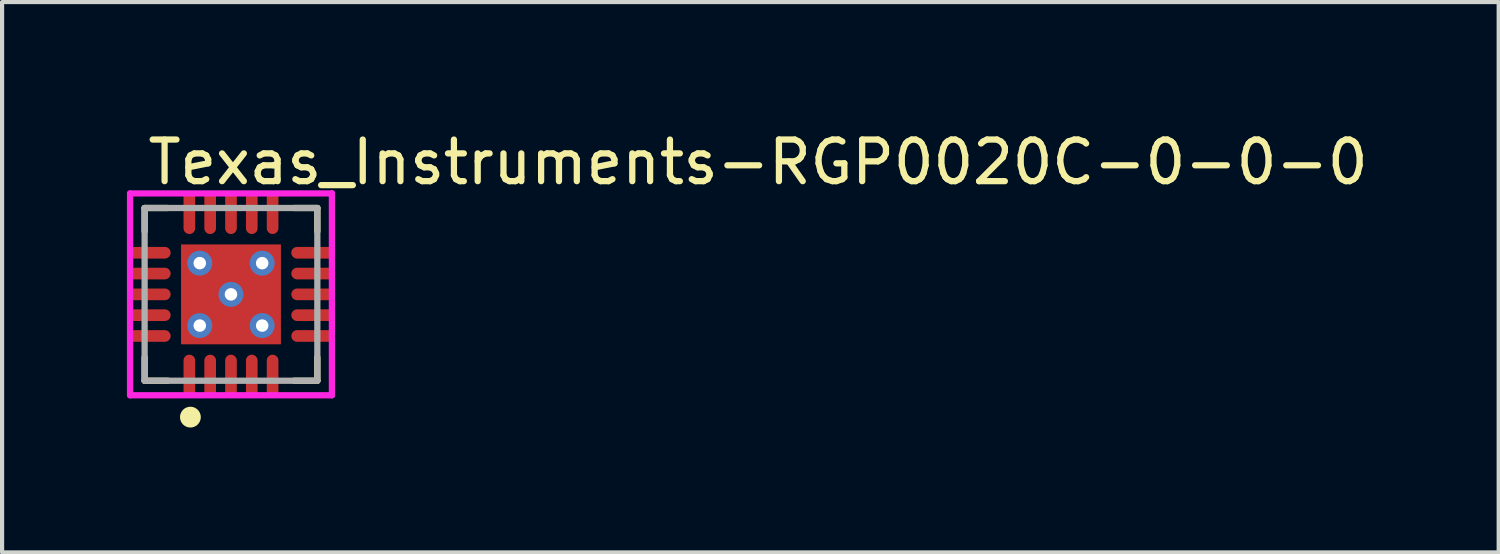
<source format=kicad_pcb>
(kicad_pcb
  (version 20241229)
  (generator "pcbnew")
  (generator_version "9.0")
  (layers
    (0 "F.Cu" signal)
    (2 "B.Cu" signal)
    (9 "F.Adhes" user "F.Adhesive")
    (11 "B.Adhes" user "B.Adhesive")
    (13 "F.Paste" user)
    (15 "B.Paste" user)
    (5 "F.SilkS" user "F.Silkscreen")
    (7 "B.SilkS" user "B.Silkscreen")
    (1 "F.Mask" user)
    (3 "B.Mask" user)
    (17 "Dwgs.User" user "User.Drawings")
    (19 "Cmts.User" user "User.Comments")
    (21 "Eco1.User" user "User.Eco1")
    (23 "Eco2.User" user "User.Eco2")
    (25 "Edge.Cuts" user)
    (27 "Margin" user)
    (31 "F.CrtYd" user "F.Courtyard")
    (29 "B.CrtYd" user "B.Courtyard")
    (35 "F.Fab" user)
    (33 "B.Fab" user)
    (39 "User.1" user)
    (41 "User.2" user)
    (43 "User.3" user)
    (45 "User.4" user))
  (footprint "Texas_Instruments-RGP0020C-0-0-0"
    (layer "F.Cu")
    (at 2.5 4.023)
    (property "Reference" "Texas_Instruments-RGP0020C-0-0-0" (at -2.075 -3.175 0) (layer "F.SilkS") (effects (font (size 1 1) (thickness 0.15)) (justify left)))
    (attr smd)
    (fp_line (start -2.075 -2.075) (end -1.515 -2.075) (stroke (width 0.15) (type solid)) (layer "F.SilkS"))
    (fp_line (start -2.075 -1.515) (end -2.075 -2.075) (stroke (width 0.15) (type solid)) (layer "F.SilkS"))
    (fp_line (start -2.075 2.075) (end -2.075 1.515) (stroke (width 0.15) (type solid)) (layer "F.SilkS"))
    (fp_line (start -2.075 2.075) (end -1.515 2.075) (stroke (width 0.15) (type solid)) (layer "F.SilkS"))
    (fp_line (start 1.515 -2.075) (end 2.075 -2.075) (stroke (width 0.15) (type solid)) (layer "F.SilkS"))
    (fp_line (start 1.515 2.075) (end 2.075 2.075) (stroke (width 0.15) (type solid)) (layer "F.SilkS"))
    (fp_line (start 2.075 -1.515) (end 2.075 -2.075) (stroke (width 0.15) (type solid)) (layer "F.SilkS"))
    (fp_line (start 2.075 2.075) (end 2.075 1.515) (stroke (width 0.15) (type solid)) (layer "F.SilkS"))
    (fp_circle (center -0.975 2.95) (end -0.85 2.95) (stroke (width 0.25) (type solid)) (fill no) (layer "F.SilkS"))
    (fp_line (start -2.425 -2.425) (end -2.425 2.425) (stroke (width 0.15) (type solid)) (layer "F.CrtYd"))
    (fp_line (start -2.425 2.425) (end 2.425 2.425) (stroke (width 0.15) (type solid)) (layer "F.CrtYd"))
    (fp_line (start 2.425 -2.425) (end -2.425 -2.425) (stroke (width 0.15) (type solid)) (layer "F.CrtYd"))
    (fp_line (start 2.425 -2.425) (end 2.425 -2.425) (stroke (width 0.15) (type solid)) (layer "F.CrtYd"))
    (fp_line (start 2.425 2.425) (end 2.425 -2.425) (stroke (width 0.15) (type solid)) (layer "F.CrtYd"))
    (fp_line (start -2.075 -2.075) (end 2.075 -2.075) (stroke (width 0.15) (type solid)) (layer "F.Fab"))
    (fp_line (start -2.075 2.075) (end -2.075 -2.075) (stroke (width 0.15) (type solid)) (layer "F.Fab"))
    (fp_line (start 2.075 -2.075) (end 2.075 2.075) (stroke (width 0.15) (type solid)) (layer "F.Fab"))
    (fp_line (start 2.075 2.075) (end -2.075 2.075) (stroke (width 0.15) (type solid)) (layer "F.Fab"))
    (pad "" smd custom (at -1.925 -1) (size 0.23 0.23) (layers "F.Paste") (options (anchor circle)) (primitives (gr_poly (pts (xy -0.45 -0.115) (xy -0.45 0.115) (xy 0.335 0.115) (xy 0.344 0.115) (xy 0.353 0.114) (xy 0.362 0.112) (xy 0.371 0.109) (xy 0.379 0.106) (xy 0.387 0.102) (xy 0.395 0.098) (xy 0.403 0.093) (xy 0.41 0.087) (xy 0.416 0.081) (xy 0.422 0.075) (xy 0.428 0.068) (xy 0.433 0.06) (xy 0.437 0.052) (xy 0.441 0.044) (xy 0.444 0.036) (xy 0.447 0.027) (xy 0.449 0.018) (xy 0.45 0.009) (xy 0.45 0) (xy 0.45 -0.009) (xy 0.449 -0.018) (xy 0.447 -0.027) (xy 0.444 -0.036) (xy 0.441 -0.044) (xy 0.437 -0.052) (xy 0.433 -0.06) (xy 0.428 -0.068) (xy 0.422 -0.075) (xy 0.416 -0.081) (xy 0.41 -0.087) (xy 0.403 -0.093) (xy 0.395 -0.098) (xy 0.387 -0.102) (xy 0.379 -0.106) (xy 0.371 -0.109) (xy 0.362 -0.112) (xy 0.353 -0.114) (xy 0.344 -0.115) (xy 0.335 -0.115) (xy -0.45 -0.115)) (width 0) (fill yes))))
    (pad "" smd custom (at -1.925 -0.5) (size 0.23 0.23) (layers "F.Paste") (options (anchor circle)) (primitives (gr_poly (pts (xy -0.45 -0.115) (xy -0.45 0.115) (xy 0.335 0.115) (xy 0.344 0.115) (xy 0.353 0.114) (xy 0.362 0.112) (xy 0.371 0.109) (xy 0.379 0.106) (xy 0.387 0.102) (xy 0.395 0.098) (xy 0.403 0.093) (xy 0.41 0.087) (xy 0.416 0.081) (xy 0.422 0.075) (xy 0.428 0.068) (xy 0.433 0.06) (xy 0.437 0.052) (xy 0.441 0.044) (xy 0.444 0.036) (xy 0.447 0.027) (xy 0.449 0.018) (xy 0.45 0.009) (xy 0.45 0) (xy 0.45 -0.009) (xy 0.449 -0.018) (xy 0.447 -0.027) (xy 0.444 -0.036) (xy 0.441 -0.044) (xy 0.437 -0.052) (xy 0.433 -0.06) (xy 0.428 -0.068) (xy 0.422 -0.075) (xy 0.416 -0.081) (xy 0.41 -0.087) (xy 0.403 -0.093) (xy 0.395 -0.098) (xy 0.387 -0.102) (xy 0.379 -0.106) (xy 0.371 -0.109) (xy 0.362 -0.112) (xy 0.353 -0.114) (xy 0.344 -0.115) (xy 0.335 -0.115) (xy -0.45 -0.115)) (width 0) (fill yes))))
    (pad "" smd custom (at -1.925 0) (size 0.23 0.23) (layers "F.Paste") (options (anchor circle)) (primitives (gr_poly (pts (xy -0.45 -0.115) (xy -0.45 0.115) (xy 0.335 0.115) (xy 0.344 0.115) (xy 0.353 0.114) (xy 0.362 0.112) (xy 0.371 0.109) (xy 0.379 0.106) (xy 0.387 0.102) (xy 0.395 0.098) (xy 0.403 0.093) (xy 0.41 0.087) (xy 0.416 0.081) (xy 0.422 0.075) (xy 0.428 0.068) (xy 0.433 0.06) (xy 0.437 0.052) (xy 0.441 0.044) (xy 0.444 0.036) (xy 0.447 0.027) (xy 0.449 0.018) (xy 0.45 0.009) (xy 0.45 0) (xy 0.45 -0.009) (xy 0.449 -0.018) (xy 0.447 -0.027) (xy 0.444 -0.036) (xy 0.441 -0.044) (xy 0.437 -0.052) (xy 0.433 -0.06) (xy 0.428 -0.068) (xy 0.422 -0.075) (xy 0.416 -0.081) (xy 0.41 -0.087) (xy 0.403 -0.093) (xy 0.395 -0.098) (xy 0.387 -0.102) (xy 0.379 -0.106) (xy 0.371 -0.109) (xy 0.362 -0.112) (xy 0.353 -0.114) (xy 0.344 -0.115) (xy 0.335 -0.115) (xy -0.45 -0.115)) (width 0) (fill yes))))
    (pad "" smd custom (at -1.925 0.5) (size 0.23 0.23) (layers "F.Paste") (options (anchor circle)) (primitives (gr_poly (pts (xy -0.45 -0.115) (xy -0.45 0.115) (xy 0.335 0.115) (xy 0.344 0.115) (xy 0.353 0.114) (xy 0.362 0.112) (xy 0.371 0.109) (xy 0.379 0.106) (xy 0.387 0.102) (xy 0.395 0.098) (xy 0.403 0.093) (xy 0.41 0.087) (xy 0.416 0.081) (xy 0.422 0.075) (xy 0.428 0.068) (xy 0.433 0.06) (xy 0.437 0.052) (xy 0.441 0.044) (xy 0.444 0.036) (xy 0.447 0.027) (xy 0.449 0.018) (xy 0.45 0.009) (xy 0.45 0) (xy 0.45 -0.009) (xy 0.449 -0.018) (xy 0.447 -0.027) (xy 0.444 -0.036) (xy 0.441 -0.044) (xy 0.437 -0.052) (xy 0.433 -0.06) (xy 0.428 -0.068) (xy 0.422 -0.075) (xy 0.416 -0.081) (xy 0.41 -0.087) (xy 0.403 -0.093) (xy 0.395 -0.098) (xy 0.387 -0.102) (xy 0.379 -0.106) (xy 0.371 -0.109) (xy 0.362 -0.112) (xy 0.353 -0.114) (xy 0.344 -0.115) (xy 0.335 -0.115) (xy -0.45 -0.115)) (width 0) (fill yes))))
    (pad "" smd custom (at -1.925 1) (size 0.23 0.23) (layers "F.Paste") (options (anchor circle)) (primitives (gr_poly (pts (xy -0.45 -0.115) (xy -0.45 0.115) (xy 0.335 0.115) (xy 0.344 0.115) (xy 0.353 0.114) (xy 0.362 0.112) (xy 0.371 0.109) (xy 0.379 0.106) (xy 0.387 0.102) (xy 0.395 0.098) (xy 0.403 0.093) (xy 0.41 0.087) (xy 0.416 0.081) (xy 0.422 0.075) (xy 0.428 0.068) (xy 0.433 0.06) (xy 0.437 0.052) (xy 0.441 0.044) (xy 0.444 0.036) (xy 0.447 0.027) (xy 0.449 0.018) (xy 0.45 0.009) (xy 0.45 0) (xy 0.45 -0.009) (xy 0.449 -0.018) (xy 0.447 -0.027) (xy 0.444 -0.036) (xy 0.441 -0.044) (xy 0.437 -0.052) (xy 0.433 -0.06) (xy 0.428 -0.068) (xy 0.422 -0.075) (xy 0.416 -0.081) (xy 0.41 -0.087) (xy 0.403 -0.093) (xy 0.395 -0.098) (xy 0.387 -0.102) (xy 0.379 -0.106) (xy 0.371 -0.109) (xy 0.362 -0.112) (xy 0.353 -0.114) (xy 0.344 -0.115) (xy 0.335 -0.115) (xy -0.45 -0.115)) (width 0) (fill yes))))
    (pad "" smd custom (at -1 -1.925) (size 0.23 0.23) (layers "F.Paste") (options (anchor circle)) (primitives (gr_poly (pts (xy 0.115 -0.45) (xy -0.115 -0.45) (xy -0.115 0.335) (xy -0.115 0.344) (xy -0.114 0.353) (xy -0.112 0.362) (xy -0.109 0.371) (xy -0.106 0.379) (xy -0.102 0.387) (xy -0.098 0.395) (xy -0.093 0.403) (xy -0.087 0.41) (xy -0.081 0.416) (xy -0.075 0.422) (xy -0.068 0.428) (xy -0.06 0.433) (xy -0.052 0.437) (xy -0.044 0.441) (xy -0.036 0.444) (xy -0.027 0.447) (xy -0.018 0.449) (xy -0.009 0.45) (xy 0 0.45) (xy 0.009 0.45) (xy 0.018 0.449) (xy 0.027 0.447) (xy 0.036 0.444) (xy 0.044 0.441) (xy 0.052 0.437) (xy 0.06 0.433) (xy 0.068 0.428) (xy 0.075 0.422) (xy 0.081 0.416) (xy 0.087 0.41) (xy 0.093 0.403) (xy 0.098 0.395) (xy 0.102 0.387) (xy 0.106 0.379) (xy 0.109 0.371) (xy 0.112 0.362) (xy 0.114 0.353) (xy 0.115 0.344) (xy 0.115 0.335) (xy 0.115 -0.45)) (width 0) (fill yes))))
    (pad "" smd custom (at -1 1.925) (size 0.23 0.23) (layers "F.Paste") (options (anchor circle)) (primitives (gr_poly (pts (xy -0.115 0.45) (xy 0.115 0.45) (xy 0.115 -0.335) (xy 0.115 -0.344) (xy 0.114 -0.353) (xy 0.112 -0.362) (xy 0.109 -0.371) (xy 0.106 -0.379) (xy 0.102 -0.387) (xy 0.098 -0.395) (xy 0.093 -0.403) (xy 0.087 -0.41) (xy 0.081 -0.416) (xy 0.075 -0.422) (xy 0.068 -0.428) (xy 0.06 -0.433) (xy 0.052 -0.437) (xy 0.044 -0.441) (xy 0.036 -0.444) (xy 0.027 -0.447) (xy 0.018 -0.449) (xy 0.009 -0.45) (xy 0 -0.45) (xy -0.009 -0.45) (xy -0.018 -0.449) (xy -0.027 -0.447) (xy -0.036 -0.444) (xy -0.044 -0.441) (xy -0.052 -0.437) (xy -0.06 -0.433) (xy -0.068 -0.428) (xy -0.075 -0.422) (xy -0.081 -0.416) (xy -0.087 -0.41) (xy -0.093 -0.403) (xy -0.098 -0.395) (xy -0.102 -0.387) (xy -0.106 -0.379) (xy -0.109 -0.371) (xy -0.112 -0.362) (xy -0.114 -0.353) (xy -0.115 -0.344) (xy -0.115 -0.335) (xy -0.115 0.45)) (width 0) (fill yes))))
    (pad "" smd rect (at -0.65 -0.65) (size 1 1) (layers "F.Paste"))
    (pad "" smd rect (at -0.65 0.65) (size 1 1) (layers "F.Paste"))
    (pad "" smd custom (at -0.5 -1.925) (size 0.23 0.23) (layers "F.Paste") (options (anchor circle)) (primitives (gr_poly (pts (xy 0.115 -0.45) (xy -0.115 -0.45) (xy -0.115 0.335) (xy -0.115 0.344) (xy -0.114 0.353) (xy -0.112 0.362) (xy -0.109 0.371) (xy -0.106 0.379) (xy -0.102 0.387) (xy -0.098 0.395) (xy -0.093 0.403) (xy -0.087 0.41) (xy -0.081 0.416) (xy -0.075 0.422) (xy -0.068 0.428) (xy -0.06 0.433) (xy -0.052 0.437) (xy -0.044 0.441) (xy -0.036 0.444) (xy -0.027 0.447) (xy -0.018 0.449) (xy -0.009 0.45) (xy 0 0.45) (xy 0.009 0.45) (xy 0.018 0.449) (xy 0.027 0.447) (xy 0.036 0.444) (xy 0.044 0.441) (xy 0.052 0.437) (xy 0.06 0.433) (xy 0.068 0.428) (xy 0.075 0.422) (xy 0.081 0.416) (xy 0.087 0.41) (xy 0.093 0.403) (xy 0.098 0.395) (xy 0.102 0.387) (xy 0.106 0.379) (xy 0.109 0.371) (xy 0.112 0.362) (xy 0.114 0.353) (xy 0.115 0.344) (xy 0.115 0.335) (xy 0.115 -0.45)) (width 0) (fill yes))))
    (pad "" smd custom (at -0.5 1.925) (size 0.23 0.23) (layers "F.Paste") (options (anchor circle)) (primitives (gr_poly (pts (xy -0.115 0.45) (xy 0.115 0.45) (xy 0.115 -0.335) (xy 0.115 -0.344) (xy 0.114 -0.353) (xy 0.112 -0.362) (xy 0.109 -0.371) (xy 0.106 -0.379) (xy 0.102 -0.387) (xy 0.098 -0.395) (xy 0.093 -0.403) (xy 0.087 -0.41) (xy 0.081 -0.416) (xy 0.075 -0.422) (xy 0.068 -0.428) (xy 0.06 -0.433) (xy 0.052 -0.437) (xy 0.044 -0.441) (xy 0.036 -0.444) (xy 0.027 -0.447) (xy 0.018 -0.449) (xy 0.009 -0.45) (xy 0 -0.45) (xy -0.009 -0.45) (xy -0.018 -0.449) (xy -0.027 -0.447) (xy -0.036 -0.444) (xy -0.044 -0.441) (xy -0.052 -0.437) (xy -0.06 -0.433) (xy -0.068 -0.428) (xy -0.075 -0.422) (xy -0.081 -0.416) (xy -0.087 -0.41) (xy -0.093 -0.403) (xy -0.098 -0.395) (xy -0.102 -0.387) (xy -0.106 -0.379) (xy -0.109 -0.371) (xy -0.112 -0.362) (xy -0.114 -0.353) (xy -0.115 -0.344) (xy -0.115 -0.335) (xy -0.115 0.45)) (width 0) (fill yes))))
    (pad "" smd custom (at 0 -1.925) (size 0.23 0.23) (layers "F.Paste") (options (anchor circle)) (primitives (gr_poly (pts (xy 0.115 -0.45) (xy -0.115 -0.45) (xy -0.115 0.335) (xy -0.115 0.344) (xy -0.114 0.353) (xy -0.112 0.362) (xy -0.109 0.371) (xy -0.106 0.379) (xy -0.102 0.387) (xy -0.098 0.395) (xy -0.093 0.403) (xy -0.087 0.41) (xy -0.081 0.416) (xy -0.075 0.422) (xy -0.068 0.428) (xy -0.06 0.433) (xy -0.052 0.437) (xy -0.044 0.441) (xy -0.036 0.444) (xy -0.027 0.447) (xy -0.018 0.449) (xy -0.009 0.45) (xy 0 0.45) (xy 0.009 0.45) (xy 0.018 0.449) (xy 0.027 0.447) (xy 0.036 0.444) (xy 0.044 0.441) (xy 0.052 0.437) (xy 0.06 0.433) (xy 0.068 0.428) (xy 0.075 0.422) (xy 0.081 0.416) (xy 0.087 0.41) (xy 0.093 0.403) (xy 0.098 0.395) (xy 0.102 0.387) (xy 0.106 0.379) (xy 0.109 0.371) (xy 0.112 0.362) (xy 0.114 0.353) (xy 0.115 0.344) (xy 0.115 0.335) (xy 0.115 -0.45)) (width 0) (fill yes))))
    (pad "" smd custom (at 0 1.925) (size 0.23 0.23) (layers "F.Paste") (options (anchor circle)) (primitives (gr_poly (pts (xy -0.115 0.45) (xy 0.115 0.45) (xy 0.115 -0.335) (xy 0.115 -0.344) (xy 0.114 -0.353) (xy 0.112 -0.362) (xy 0.109 -0.371) (xy 0.106 -0.379) (xy 0.102 -0.387) (xy 0.098 -0.395) (xy 0.093 -0.403) (xy 0.087 -0.41) (xy 0.081 -0.416) (xy 0.075 -0.422) (xy 0.068 -0.428) (xy 0.06 -0.433) (xy 0.052 -0.437) (xy 0.044 -0.441) (xy 0.036 -0.444) (xy 0.027 -0.447) (xy 0.018 -0.449) (xy 0.009 -0.45) (xy 0 -0.45) (xy -0.009 -0.45) (xy -0.018 -0.449) (xy -0.027 -0.447) (xy -0.036 -0.444) (xy -0.044 -0.441) (xy -0.052 -0.437) (xy -0.06 -0.433) (xy -0.068 -0.428) (xy -0.075 -0.422) (xy -0.081 -0.416) (xy -0.087 -0.41) (xy -0.093 -0.403) (xy -0.098 -0.395) (xy -0.102 -0.387) (xy -0.106 -0.379) (xy -0.109 -0.371) (xy -0.112 -0.362) (xy -0.114 -0.353) (xy -0.115 -0.344) (xy -0.115 -0.335) (xy -0.115 0.45)) (width 0) (fill yes))))
    (pad "" smd custom (at 0.5 -1.925) (size 0.23 0.23) (layers "F.Paste") (options (anchor circle)) (primitives (gr_poly (pts (xy 0.115 -0.45) (xy -0.115 -0.45) (xy -0.115 0.335) (xy -0.115 0.344) (xy -0.114 0.353) (xy -0.112 0.362) (xy -0.109 0.371) (xy -0.106 0.379) (xy -0.102 0.387) (xy -0.098 0.395) (xy -0.093 0.403) (xy -0.087 0.41) (xy -0.081 0.416) (xy -0.075 0.422) (xy -0.068 0.428) (xy -0.06 0.433) (xy -0.052 0.437) (xy -0.044 0.441) (xy -0.036 0.444) (xy -0.027 0.447) (xy -0.018 0.449) (xy -0.009 0.45) (xy 0 0.45) (xy 0.009 0.45) (xy 0.018 0.449) (xy 0.027 0.447) (xy 0.036 0.444) (xy 0.044 0.441) (xy 0.052 0.437) (xy 0.06 0.433) (xy 0.068 0.428) (xy 0.075 0.422) (xy 0.081 0.416) (xy 0.087 0.41) (xy 0.093 0.403) (xy 0.098 0.395) (xy 0.102 0.387) (xy 0.106 0.379) (xy 0.109 0.371) (xy 0.112 0.362) (xy 0.114 0.353) (xy 0.115 0.344) (xy 0.115 0.335) (xy 0.115 -0.45)) (width 0) (fill yes))))
    (pad "" smd custom (at 0.5 1.925) (size 0.23 0.23) (layers "F.Paste") (options (anchor circle)) (primitives (gr_poly (pts (xy -0.115 0.45) (xy 0.115 0.45) (xy 0.115 -0.335) (xy 0.115 -0.344) (xy 0.114 -0.353) (xy 0.112 -0.362) (xy 0.109 -0.371) (xy 0.106 -0.379) (xy 0.102 -0.387) (xy 0.098 -0.395) (xy 0.093 -0.403) (xy 0.087 -0.41) (xy 0.081 -0.416) (xy 0.075 -0.422) (xy 0.068 -0.428) (xy 0.06 -0.433) (xy 0.052 -0.437) (xy 0.044 -0.441) (xy 0.036 -0.444) (xy 0.027 -0.447) (xy 0.018 -0.449) (xy 0.009 -0.45) (xy 0 -0.45) (xy -0.009 -0.45) (xy -0.018 -0.449) (xy -0.027 -0.447) (xy -0.036 -0.444) (xy -0.044 -0.441) (xy -0.052 -0.437) (xy -0.06 -0.433) (xy -0.068 -0.428) (xy -0.075 -0.422) (xy -0.081 -0.416) (xy -0.087 -0.41) (xy -0.093 -0.403) (xy -0.098 -0.395) (xy -0.102 -0.387) (xy -0.106 -0.379) (xy -0.109 -0.371) (xy -0.112 -0.362) (xy -0.114 -0.353) (xy -0.115 -0.344) (xy -0.115 -0.335) (xy -0.115 0.45)) (width 0) (fill yes))))
    (pad "" smd rect (at 0.65 -0.65) (size 1 1) (layers "F.Paste"))
    (pad "" smd rect (at 0.65 0.65) (size 1 1) (layers "F.Paste"))
    (pad "" smd custom (at 1 -1.925) (size 0.23 0.23) (layers "F.Paste") (options (anchor circle)) (primitives (gr_poly (pts (xy 0.115 -0.45) (xy -0.115 -0.45) (xy -0.115 0.335) (xy -0.115 0.344) (xy -0.114 0.353) (xy -0.112 0.362) (xy -0.109 0.371) (xy -0.106 0.379) (xy -0.102 0.387) (xy -0.098 0.395) (xy -0.093 0.403) (xy -0.087 0.41) (xy -0.081 0.416) (xy -0.075 0.422) (xy -0.068 0.428) (xy -0.06 0.433) (xy -0.052 0.437) (xy -0.044 0.441) (xy -0.036 0.444) (xy -0.027 0.447) (xy -0.018 0.449) (xy -0.009 0.45) (xy 0 0.45) (xy 0.009 0.45) (xy 0.018 0.449) (xy 0.027 0.447) (xy 0.036 0.444) (xy 0.044 0.441) (xy 0.052 0.437) (xy 0.06 0.433) (xy 0.068 0.428) (xy 0.075 0.422) (xy 0.081 0.416) (xy 0.087 0.41) (xy 0.093 0.403) (xy 0.098 0.395) (xy 0.102 0.387) (xy 0.106 0.379) (xy 0.109 0.371) (xy 0.112 0.362) (xy 0.114 0.353) (xy 0.115 0.344) (xy 0.115 0.335) (xy 0.115 -0.45)) (width 0) (fill yes))))
    (pad "" smd custom (at 1 1.925) (size 0.23 0.23) (layers "F.Paste") (options (anchor circle)) (primitives (gr_poly (pts (xy -0.115 0.45) (xy 0.115 0.45) (xy 0.115 -0.335) (xy 0.115 -0.344) (xy 0.114 -0.353) (xy 0.112 -0.362) (xy 0.109 -0.371) (xy 0.106 -0.379) (xy 0.102 -0.387) (xy 0.098 -0.395) (xy 0.093 -0.403) (xy 0.087 -0.41) (xy 0.081 -0.416) (xy 0.075 -0.422) (xy 0.068 -0.428) (xy 0.06 -0.433) (xy 0.052 -0.437) (xy 0.044 -0.441) (xy 0.036 -0.444) (xy 0.027 -0.447) (xy 0.018 -0.449) (xy 0.009 -0.45) (xy 0 -0.45) (xy -0.009 -0.45) (xy -0.018 -0.449) (xy -0.027 -0.447) (xy -0.036 -0.444) (xy -0.044 -0.441) (xy -0.052 -0.437) (xy -0.06 -0.433) (xy -0.068 -0.428) (xy -0.075 -0.422) (xy -0.081 -0.416) (xy -0.087 -0.41) (xy -0.093 -0.403) (xy -0.098 -0.395) (xy -0.102 -0.387) (xy -0.106 -0.379) (xy -0.109 -0.371) (xy -0.112 -0.362) (xy -0.114 -0.353) (xy -0.115 -0.344) (xy -0.115 -0.335) (xy -0.115 0.45)) (width 0) (fill yes))))
    (pad "" smd custom (at 1.925 -1) (size 0.23 0.23) (layers "F.Paste") (options (anchor circle)) (primitives (gr_poly (pts (xy 0.45 0.115) (xy 0.45 -0.115) (xy -0.335 -0.115) (xy -0.344 -0.115) (xy -0.353 -0.114) (xy -0.362 -0.112) (xy -0.371 -0.109) (xy -0.379 -0.106) (xy -0.387 -0.102) (xy -0.395 -0.098) (xy -0.403 -0.093) (xy -0.41 -0.087) (xy -0.416 -0.081) (xy -0.422 -0.075) (xy -0.428 -0.068) (xy -0.433 -0.06) (xy -0.437 -0.052) (xy -0.441 -0.044) (xy -0.444 -0.036) (xy -0.447 -0.027) (xy -0.449 -0.018) (xy -0.45 -0.009) (xy -0.45 0) (xy -0.45 0.009) (xy -0.449 0.018) (xy -0.447 0.027) (xy -0.444 0.036) (xy -0.441 0.044) (xy -0.437 0.052) (xy -0.433 0.06) (xy -0.428 0.068) (xy -0.422 0.075) (xy -0.416 0.081) (xy -0.41 0.087) (xy -0.403 0.093) (xy -0.395 0.098) (xy -0.387 0.102) (xy -0.379 0.106) (xy -0.371 0.109) (xy -0.362 0.112) (xy -0.353 0.114) (xy -0.344 0.115) (xy -0.335 0.115) (xy 0.45 0.115)) (width 0) (fill yes))))
    (pad "" smd custom (at 1.925 -0.5) (size 0.23 0.23) (layers "F.Paste") (options (anchor circle)) (primitives (gr_poly (pts (xy 0.45 0.115) (xy 0.45 -0.115) (xy -0.335 -0.115) (xy -0.344 -0.115) (xy -0.353 -0.114) (xy -0.362 -0.112) (xy -0.371 -0.109) (xy -0.379 -0.106) (xy -0.387 -0.102) (xy -0.395 -0.098) (xy -0.403 -0.093) (xy -0.41 -0.087) (xy -0.416 -0.081) (xy -0.422 -0.075) (xy -0.428 -0.068) (xy -0.433 -0.06) (xy -0.437 -0.052) (xy -0.441 -0.044) (xy -0.444 -0.036) (xy -0.447 -0.027) (xy -0.449 -0.018) (xy -0.45 -0.009) (xy -0.45 0) (xy -0.45 0.009) (xy -0.449 0.018) (xy -0.447 0.027) (xy -0.444 0.036) (xy -0.441 0.044) (xy -0.437 0.052) (xy -0.433 0.06) (xy -0.428 0.068) (xy -0.422 0.075) (xy -0.416 0.081) (xy -0.41 0.087) (xy -0.403 0.093) (xy -0.395 0.098) (xy -0.387 0.102) (xy -0.379 0.106) (xy -0.371 0.109) (xy -0.362 0.112) (xy -0.353 0.114) (xy -0.344 0.115) (xy -0.335 0.115) (xy 0.45 0.115)) (width 0) (fill yes))))
    (pad "" smd custom (at 1.925 0) (size 0.23 0.23) (layers "F.Paste") (options (anchor circle)) (primitives (gr_poly (pts (xy 0.45 0.115) (xy 0.45 -0.115) (xy -0.335 -0.115) (xy -0.344 -0.115) (xy -0.353 -0.114) (xy -0.362 -0.112) (xy -0.371 -0.109) (xy -0.379 -0.106) (xy -0.387 -0.102) (xy -0.395 -0.098) (xy -0.403 -0.093) (xy -0.41 -0.087) (xy -0.416 -0.081) (xy -0.422 -0.075) (xy -0.428 -0.068) (xy -0.433 -0.06) (xy -0.437 -0.052) (xy -0.441 -0.044) (xy -0.444 -0.036) (xy -0.447 -0.027) (xy -0.449 -0.018) (xy -0.45 -0.009) (xy -0.45 0) (xy -0.45 0.009) (xy -0.449 0.018) (xy -0.447 0.027) (xy -0.444 0.036) (xy -0.441 0.044) (xy -0.437 0.052) (xy -0.433 0.06) (xy -0.428 0.068) (xy -0.422 0.075) (xy -0.416 0.081) (xy -0.41 0.087) (xy -0.403 0.093) (xy -0.395 0.098) (xy -0.387 0.102) (xy -0.379 0.106) (xy -0.371 0.109) (xy -0.362 0.112) (xy -0.353 0.114) (xy -0.344 0.115) (xy -0.335 0.115) (xy 0.45 0.115)) (width 0) (fill yes))))
    (pad "" smd custom (at 1.925 0.5) (size 0.23 0.23) (layers "F.Paste") (options (anchor circle)) (primitives (gr_poly (pts (xy 0.45 0.115) (xy 0.45 -0.115) (xy -0.335 -0.115) (xy -0.344 -0.115) (xy -0.353 -0.114) (xy -0.362 -0.112) (xy -0.371 -0.109) (xy -0.379 -0.106) (xy -0.387 -0.102) (xy -0.395 -0.098) (xy -0.403 -0.093) (xy -0.41 -0.087) (xy -0.416 -0.081) (xy -0.422 -0.075) (xy -0.428 -0.068) (xy -0.433 -0.06) (xy -0.437 -0.052) (xy -0.441 -0.044) (xy -0.444 -0.036) (xy -0.447 -0.027) (xy -0.449 -0.018) (xy -0.45 -0.009) (xy -0.45 0) (xy -0.45 0.009) (xy -0.449 0.018) (xy -0.447 0.027) (xy -0.444 0.036) (xy -0.441 0.044) (xy -0.437 0.052) (xy -0.433 0.06) (xy -0.428 0.068) (xy -0.422 0.075) (xy -0.416 0.081) (xy -0.41 0.087) (xy -0.403 0.093) (xy -0.395 0.098) (xy -0.387 0.102) (xy -0.379 0.106) (xy -0.371 0.109) (xy -0.362 0.112) (xy -0.353 0.114) (xy -0.344 0.115) (xy -0.335 0.115) (xy 0.45 0.115)) (width 0) (fill yes))))
    (pad "" smd custom (at 1.925 1) (size 0.23 0.23) (layers "F.Paste") (options (anchor circle)) (primitives (gr_poly (pts (xy 0.45 0.115) (xy 0.45 -0.115) (xy -0.335 -0.115) (xy -0.344 -0.115) (xy -0.353 -0.114) (xy -0.362 -0.112) (xy -0.371 -0.109) (xy -0.379 -0.106) (xy -0.387 -0.102) (xy -0.395 -0.098) (xy -0.403 -0.093) (xy -0.41 -0.087) (xy -0.416 -0.081) (xy -0.422 -0.075) (xy -0.428 -0.068) (xy -0.433 -0.06) (xy -0.437 -0.052) (xy -0.441 -0.044) (xy -0.444 -0.036) (xy -0.447 -0.027) (xy -0.449 -0.018) (xy -0.45 -0.009) (xy -0.45 0) (xy -0.45 0.009) (xy -0.449 0.018) (xy -0.447 0.027) (xy -0.444 0.036) (xy -0.441 0.044) (xy -0.437 0.052) (xy -0.433 0.06) (xy -0.428 0.068) (xy -0.422 0.075) (xy -0.416 0.081) (xy -0.41 0.087) (xy -0.403 0.093) (xy -0.395 0.098) (xy -0.387 0.102) (xy -0.379 0.106) (xy -0.371 0.109) (xy -0.362 0.112) (xy -0.353 0.114) (xy -0.344 0.115) (xy -0.335 0.115) (xy 0.45 0.115)) (width 0) (fill yes))))
    (pad "1" smd custom (at -1 1.925) (size 0.28 0.28) (layers "F.Cu" "F.Mask") (options (anchor circle)) (primitives (gr_poly (pts (xy -0.14 0.475) (xy 0.14 0.475) (xy 0.14 -0.335) (xy 0.14 -0.346) (xy 0.138 -0.357) (xy 0.136 -0.368) (xy 0.133 -0.378) (xy 0.129 -0.389) (xy 0.125 -0.399) (xy 0.119 -0.408) (xy 0.113 -0.417) (xy 0.106 -0.426) (xy 0.099 -0.434) (xy 0.091 -0.441) (xy 0.082 -0.448) (xy 0.073 -0.454) (xy 0.064 -0.46) (xy 0.054 -0.464) (xy 0.043 -0.468) (xy 0.033 -0.471) (xy 0.022 -0.473) (xy 0.011 -0.475) (xy 0 -0.475) (xy -0.011 -0.475) (xy -0.022 -0.473) (xy -0.033 -0.471) (xy -0.043 -0.468) (xy -0.054 -0.464) (xy -0.064 -0.46) (xy -0.073 -0.454) (xy -0.082 -0.448) (xy -0.091 -0.441) (xy -0.099 -0.434) (xy -0.106 -0.426) (xy -0.113 -0.417) (xy -0.119 -0.408) (xy -0.125 -0.399) (xy -0.129 -0.389) (xy -0.133 -0.378) (xy -0.136 -0.368) (xy -0.138 -0.357) (xy -0.14 -0.346) (xy -0.14 -0.335) (xy -0.14 0.475)) (width 0) (fill yes))))
    (pad "2" smd custom (at -0.5 1.925) (size 0.28 0.28) (layers "F.Cu" "F.Mask") (options (anchor circle)) (primitives (gr_poly (pts (xy -0.14 0.475) (xy 0.14 0.475) (xy 0.14 -0.335) (xy 0.14 -0.346) (xy 0.138 -0.357) (xy 0.136 -0.368) (xy 0.133 -0.378) (xy 0.129 -0.389) (xy 0.125 -0.399) (xy 0.119 -0.408) (xy 0.113 -0.417) (xy 0.106 -0.426) (xy 0.099 -0.434) (xy 0.091 -0.441) (xy 0.082 -0.448) (xy 0.073 -0.454) (xy 0.064 -0.46) (xy 0.054 -0.464) (xy 0.043 -0.468) (xy 0.033 -0.471) (xy 0.022 -0.473) (xy 0.011 -0.475) (xy 0 -0.475) (xy -0.011 -0.475) (xy -0.022 -0.473) (xy -0.033 -0.471) (xy -0.043 -0.468) (xy -0.054 -0.464) (xy -0.064 -0.46) (xy -0.073 -0.454) (xy -0.082 -0.448) (xy -0.091 -0.441) (xy -0.099 -0.434) (xy -0.106 -0.426) (xy -0.113 -0.417) (xy -0.119 -0.408) (xy -0.125 -0.399) (xy -0.129 -0.389) (xy -0.133 -0.378) (xy -0.136 -0.368) (xy -0.138 -0.357) (xy -0.14 -0.346) (xy -0.14 -0.335) (xy -0.14 0.475)) (width 0) (fill yes))))
    (pad "3" smd custom (at 0 1.925) (size 0.28 0.28) (layers "F.Cu" "F.Mask") (options (anchor circle)) (primitives (gr_poly (pts (xy -0.14 0.475) (xy 0.14 0.475) (xy 0.14 -0.335) (xy 0.14 -0.346) (xy 0.138 -0.357) (xy 0.136 -0.368) (xy 0.133 -0.378) (xy 0.129 -0.389) (xy 0.125 -0.399) (xy 0.119 -0.408) (xy 0.113 -0.417) (xy 0.106 -0.426) (xy 0.099 -0.434) (xy 0.091 -0.441) (xy 0.082 -0.448) (xy 0.073 -0.454) (xy 0.064 -0.46) (xy 0.054 -0.464) (xy 0.043 -0.468) (xy 0.033 -0.471) (xy 0.022 -0.473) (xy 0.011 -0.475) (xy 0 -0.475) (xy -0.011 -0.475) (xy -0.022 -0.473) (xy -0.033 -0.471) (xy -0.043 -0.468) (xy -0.054 -0.464) (xy -0.064 -0.46) (xy -0.073 -0.454) (xy -0.082 -0.448) (xy -0.091 -0.441) (xy -0.099 -0.434) (xy -0.106 -0.426) (xy -0.113 -0.417) (xy -0.119 -0.408) (xy -0.125 -0.399) (xy -0.129 -0.389) (xy -0.133 -0.378) (xy -0.136 -0.368) (xy -0.138 -0.357) (xy -0.14 -0.346) (xy -0.14 -0.335) (xy -0.14 0.475)) (width 0) (fill yes))))
    (pad "4" smd custom (at 0.5 1.925) (size 0.28 0.28) (layers "F.Cu" "F.Mask") (options (anchor circle)) (primitives (gr_poly (pts (xy -0.14 0.475) (xy 0.14 0.475) (xy 0.14 -0.335) (xy 0.14 -0.346) (xy 0.138 -0.357) (xy 0.136 -0.368) (xy 0.133 -0.378) (xy 0.129 -0.389) (xy 0.125 -0.399) (xy 0.119 -0.408) (xy 0.113 -0.417) (xy 0.106 -0.426) (xy 0.099 -0.434) (xy 0.091 -0.441) (xy 0.082 -0.448) (xy 0.073 -0.454) (xy 0.064 -0.46) (xy 0.054 -0.464) (xy 0.043 -0.468) (xy 0.033 -0.471) (xy 0.022 -0.473) (xy 0.011 -0.475) (xy 0 -0.475) (xy -0.011 -0.475) (xy -0.022 -0.473) (xy -0.033 -0.471) (xy -0.043 -0.468) (xy -0.054 -0.464) (xy -0.064 -0.46) (xy -0.073 -0.454) (xy -0.082 -0.448) (xy -0.091 -0.441) (xy -0.099 -0.434) (xy -0.106 -0.426) (xy -0.113 -0.417) (xy -0.119 -0.408) (xy -0.125 -0.399) (xy -0.129 -0.389) (xy -0.133 -0.378) (xy -0.136 -0.368) (xy -0.138 -0.357) (xy -0.14 -0.346) (xy -0.14 -0.335) (xy -0.14 0.475)) (width 0) (fill yes))))
    (pad "5" smd custom (at 1 1.925) (size 0.28 0.28) (layers "F.Cu" "F.Mask") (options (anchor circle)) (primitives (gr_poly (pts (xy -0.14 0.475) (xy 0.14 0.475) (xy 0.14 -0.335) (xy 0.14 -0.346) (xy 0.138 -0.357) (xy 0.136 -0.368) (xy 0.133 -0.378) (xy 0.129 -0.389) (xy 0.125 -0.399) (xy 0.119 -0.408) (xy 0.113 -0.417) (xy 0.106 -0.426) (xy 0.099 -0.434) (xy 0.091 -0.441) (xy 0.082 -0.448) (xy 0.073 -0.454) (xy 0.064 -0.46) (xy 0.054 -0.464) (xy 0.043 -0.468) (xy 0.033 -0.471) (xy 0.022 -0.473) (xy 0.011 -0.475) (xy 0 -0.475) (xy -0.011 -0.475) (xy -0.022 -0.473) (xy -0.033 -0.471) (xy -0.043 -0.468) (xy -0.054 -0.464) (xy -0.064 -0.46) (xy -0.073 -0.454) (xy -0.082 -0.448) (xy -0.091 -0.441) (xy -0.099 -0.434) (xy -0.106 -0.426) (xy -0.113 -0.417) (xy -0.119 -0.408) (xy -0.125 -0.399) (xy -0.129 -0.389) (xy -0.133 -0.378) (xy -0.136 -0.368) (xy -0.138 -0.357) (xy -0.14 -0.346) (xy -0.14 -0.335) (xy -0.14 0.475)) (width 0) (fill yes))))
    (pad "6" smd custom (at 1.925 1) (size 0.28 0.28) (layers "F.Cu" "F.Mask") (options (anchor circle)) (primitives (gr_poly (pts (xy 0.475 0.14) (xy 0.475 -0.14) (xy -0.335 -0.14) (xy -0.346 -0.14) (xy -0.357 -0.138) (xy -0.368 -0.136) (xy -0.378 -0.133) (xy -0.389 -0.129) (xy -0.399 -0.125) (xy -0.408 -0.119) (xy -0.417 -0.113) (xy -0.426 -0.106) (xy -0.434 -0.099) (xy -0.441 -0.091) (xy -0.448 -0.082) (xy -0.454 -0.073) (xy -0.46 -0.064) (xy -0.464 -0.054) (xy -0.468 -0.043) (xy -0.471 -0.033) (xy -0.473 -0.022) (xy -0.475 -0.011) (xy -0.475 0) (xy -0.475 0.011) (xy -0.473 0.022) (xy -0.471 0.033) (xy -0.468 0.043) (xy -0.464 0.054) (xy -0.46 0.064) (xy -0.454 0.073) (xy -0.448 0.082) (xy -0.441 0.091) (xy -0.434 0.099) (xy -0.426 0.106) (xy -0.417 0.113) (xy -0.408 0.119) (xy -0.399 0.125) (xy -0.389 0.129) (xy -0.378 0.133) (xy -0.368 0.136) (xy -0.357 0.138) (xy -0.346 0.14) (xy -0.335 0.14) (xy 0.475 0.14)) (width 0) (fill yes))))
    (pad "7" smd custom (at 1.925 0.5) (size 0.28 0.28) (layers "F.Cu" "F.Mask") (options (anchor circle)) (primitives (gr_poly (pts (xy 0.475 0.14) (xy 0.475 -0.14) (xy -0.335 -0.14) (xy -0.346 -0.14) (xy -0.357 -0.138) (xy -0.368 -0.136) (xy -0.378 -0.133) (xy -0.389 -0.129) (xy -0.399 -0.125) (xy -0.408 -0.119) (xy -0.417 -0.113) (xy -0.426 -0.106) (xy -0.434 -0.099) (xy -0.441 -0.091) (xy -0.448 -0.082) (xy -0.454 -0.073) (xy -0.46 -0.064) (xy -0.464 -0.054) (xy -0.468 -0.043) (xy -0.471 -0.033) (xy -0.473 -0.022) (xy -0.475 -0.011) (xy -0.475 0) (xy -0.475 0.011) (xy -0.473 0.022) (xy -0.471 0.033) (xy -0.468 0.043) (xy -0.464 0.054) (xy -0.46 0.064) (xy -0.454 0.073) (xy -0.448 0.082) (xy -0.441 0.091) (xy -0.434 0.099) (xy -0.426 0.106) (xy -0.417 0.113) (xy -0.408 0.119) (xy -0.399 0.125) (xy -0.389 0.129) (xy -0.378 0.133) (xy -0.368 0.136) (xy -0.357 0.138) (xy -0.346 0.14) (xy -0.335 0.14) (xy 0.475 0.14)) (width 0) (fill yes))))
    (pad "8" smd custom (at 1.925 0) (size 0.28 0.28) (layers "F.Cu" "F.Mask") (options (anchor circle)) (primitives (gr_poly (pts (xy 0.475 0.14) (xy 0.475 -0.14) (xy -0.335 -0.14) (xy -0.346 -0.14) (xy -0.357 -0.138) (xy -0.368 -0.136) (xy -0.378 -0.133) (xy -0.389 -0.129) (xy -0.399 -0.125) (xy -0.408 -0.119) (xy -0.417 -0.113) (xy -0.426 -0.106) (xy -0.434 -0.099) (xy -0.441 -0.091) (xy -0.448 -0.082) (xy -0.454 -0.073) (xy -0.46 -0.064) (xy -0.464 -0.054) (xy -0.468 -0.043) (xy -0.471 -0.033) (xy -0.473 -0.022) (xy -0.475 -0.011) (xy -0.475 0) (xy -0.475 0.011) (xy -0.473 0.022) (xy -0.471 0.033) (xy -0.468 0.043) (xy -0.464 0.054) (xy -0.46 0.064) (xy -0.454 0.073) (xy -0.448 0.082) (xy -0.441 0.091) (xy -0.434 0.099) (xy -0.426 0.106) (xy -0.417 0.113) (xy -0.408 0.119) (xy -0.399 0.125) (xy -0.389 0.129) (xy -0.378 0.133) (xy -0.368 0.136) (xy -0.357 0.138) (xy -0.346 0.14) (xy -0.335 0.14) (xy 0.475 0.14)) (width 0) (fill yes))))
    (pad "9" smd custom (at 1.925 -0.5) (size 0.28 0.28) (layers "F.Cu" "F.Mask") (options (anchor circle)) (primitives (gr_poly (pts (xy 0.475 0.14) (xy 0.475 -0.14) (xy -0.335 -0.14) (xy -0.346 -0.14) (xy -0.357 -0.138) (xy -0.368 -0.136) (xy -0.378 -0.133) (xy -0.389 -0.129) (xy -0.399 -0.125) (xy -0.408 -0.119) (xy -0.417 -0.113) (xy -0.426 -0.106) (xy -0.434 -0.099) (xy -0.441 -0.091) (xy -0.448 -0.082) (xy -0.454 -0.073) (xy -0.46 -0.064) (xy -0.464 -0.054) (xy -0.468 -0.043) (xy -0.471 -0.033) (xy -0.473 -0.022) (xy -0.475 -0.011) (xy -0.475 0) (xy -0.475 0.011) (xy -0.473 0.022) (xy -0.471 0.033) (xy -0.468 0.043) (xy -0.464 0.054) (xy -0.46 0.064) (xy -0.454 0.073) (xy -0.448 0.082) (xy -0.441 0.091) (xy -0.434 0.099) (xy -0.426 0.106) (xy -0.417 0.113) (xy -0.408 0.119) (xy -0.399 0.125) (xy -0.389 0.129) (xy -0.378 0.133) (xy -0.368 0.136) (xy -0.357 0.138) (xy -0.346 0.14) (xy -0.335 0.14) (xy 0.475 0.14)) (width 0) (fill yes))))
    (pad "10" smd custom (at 1.925 -1) (size 0.28 0.28) (layers "F.Cu" "F.Mask") (options (anchor circle)) (primitives (gr_poly (pts (xy 0.475 0.14) (xy 0.475 -0.14) (xy -0.335 -0.14) (xy -0.346 -0.14) (xy -0.357 -0.138) (xy -0.368 -0.136) (xy -0.378 -0.133) (xy -0.389 -0.129) (xy -0.399 -0.125) (xy -0.408 -0.119) (xy -0.417 -0.113) (xy -0.426 -0.106) (xy -0.434 -0.099) (xy -0.441 -0.091) (xy -0.448 -0.082) (xy -0.454 -0.073) (xy -0.46 -0.064) (xy -0.464 -0.054) (xy -0.468 -0.043) (xy -0.471 -0.033) (xy -0.473 -0.022) (xy -0.475 -0.011) (xy -0.475 0) (xy -0.475 0.011) (xy -0.473 0.022) (xy -0.471 0.033) (xy -0.468 0.043) (xy -0.464 0.054) (xy -0.46 0.064) (xy -0.454 0.073) (xy -0.448 0.082) (xy -0.441 0.091) (xy -0.434 0.099) (xy -0.426 0.106) (xy -0.417 0.113) (xy -0.408 0.119) (xy -0.399 0.125) (xy -0.389 0.129) (xy -0.378 0.133) (xy -0.368 0.136) (xy -0.357 0.138) (xy -0.346 0.14) (xy -0.335 0.14) (xy 0.475 0.14)) (width 0) (fill yes))))
    (pad "11" smd custom (at 1 -1.925) (size 0.28 0.28) (layers "F.Cu" "F.Mask") (options (anchor circle)) (primitives (gr_poly (pts (xy 0.14 -0.475) (xy -0.14 -0.475) (xy -0.14 0.335) (xy -0.14 0.346) (xy -0.138 0.357) (xy -0.136 0.368) (xy -0.133 0.378) (xy -0.129 0.389) (xy -0.125 0.399) (xy -0.119 0.408) (xy -0.113 0.417) (xy -0.106 0.426) (xy -0.099 0.434) (xy -0.091 0.441) (xy -0.082 0.448) (xy -0.073 0.454) (xy -0.064 0.46) (xy -0.054 0.464) (xy -0.043 0.468) (xy -0.033 0.471) (xy -0.022 0.473) (xy -0.011 0.475) (xy 0 0.475) (xy 0.011 0.475) (xy 0.022 0.473) (xy 0.033 0.471) (xy 0.043 0.468) (xy 0.054 0.464) (xy 0.064 0.46) (xy 0.073 0.454) (xy 0.082 0.448) (xy 0.091 0.441) (xy 0.099 0.434) (xy 0.106 0.426) (xy 0.113 0.417) (xy 0.119 0.408) (xy 0.125 0.399) (xy 0.129 0.389) (xy 0.133 0.378) (xy 0.136 0.368) (xy 0.138 0.357) (xy 0.14 0.346) (xy 0.14 0.335) (xy 0.14 -0.475)) (width 0) (fill yes))))
    (pad "12" smd custom (at 0.5 -1.925) (size 0.28 0.28) (layers "F.Cu" "F.Mask") (options (anchor circle)) (primitives (gr_poly (pts (xy 0.14 -0.475) (xy -0.14 -0.475) (xy -0.14 0.335) (xy -0.14 0.346) (xy -0.138 0.357) (xy -0.136 0.368) (xy -0.133 0.378) (xy -0.129 0.389) (xy -0.125 0.399) (xy -0.119 0.408) (xy -0.113 0.417) (xy -0.106 0.426) (xy -0.099 0.434) (xy -0.091 0.441) (xy -0.082 0.448) (xy -0.073 0.454) (xy -0.064 0.46) (xy -0.054 0.464) (xy -0.043 0.468) (xy -0.033 0.471) (xy -0.022 0.473) (xy -0.011 0.475) (xy 0 0.475) (xy 0.011 0.475) (xy 0.022 0.473) (xy 0.033 0.471) (xy 0.043 0.468) (xy 0.054 0.464) (xy 0.064 0.46) (xy 0.073 0.454) (xy 0.082 0.448) (xy 0.091 0.441) (xy 0.099 0.434) (xy 0.106 0.426) (xy 0.113 0.417) (xy 0.119 0.408) (xy 0.125 0.399) (xy 0.129 0.389) (xy 0.133 0.378) (xy 0.136 0.368) (xy 0.138 0.357) (xy 0.14 0.346) (xy 0.14 0.335) (xy 0.14 -0.475)) (width 0) (fill yes))))
    (pad "13" smd custom (at 0 -1.925) (size 0.28 0.28) (layers "F.Cu" "F.Mask") (options (anchor circle)) (primitives (gr_poly (pts (xy 0.14 -0.475) (xy -0.14 -0.475) (xy -0.14 0.335) (xy -0.14 0.346) (xy -0.138 0.357) (xy -0.136 0.368) (xy -0.133 0.378) (xy -0.129 0.389) (xy -0.125 0.399) (xy -0.119 0.408) (xy -0.113 0.417) (xy -0.106 0.426) (xy -0.099 0.434) (xy -0.091 0.441) (xy -0.082 0.448) (xy -0.073 0.454) (xy -0.064 0.46) (xy -0.054 0.464) (xy -0.043 0.468) (xy -0.033 0.471) (xy -0.022 0.473) (xy -0.011 0.475) (xy 0 0.475) (xy 0.011 0.475) (xy 0.022 0.473) (xy 0.033 0.471) (xy 0.043 0.468) (xy 0.054 0.464) (xy 0.064 0.46) (xy 0.073 0.454) (xy 0.082 0.448) (xy 0.091 0.441) (xy 0.099 0.434) (xy 0.106 0.426) (xy 0.113 0.417) (xy 0.119 0.408) (xy 0.125 0.399) (xy 0.129 0.389) (xy 0.133 0.378) (xy 0.136 0.368) (xy 0.138 0.357) (xy 0.14 0.346) (xy 0.14 0.335) (xy 0.14 -0.475)) (width 0) (fill yes))))
    (pad "14" smd custom (at -0.5 -1.925) (size 0.28 0.28) (layers "F.Cu" "F.Mask") (options (anchor circle)) (primitives (gr_poly (pts (xy 0.14 -0.475) (xy -0.14 -0.475) (xy -0.14 0.335) (xy -0.14 0.346) (xy -0.138 0.357) (xy -0.136 0.368) (xy -0.133 0.378) (xy -0.129 0.389) (xy -0.125 0.399) (xy -0.119 0.408) (xy -0.113 0.417) (xy -0.106 0.426) (xy -0.099 0.434) (xy -0.091 0.441) (xy -0.082 0.448) (xy -0.073 0.454) (xy -0.064 0.46) (xy -0.054 0.464) (xy -0.043 0.468) (xy -0.033 0.471) (xy -0.022 0.473) (xy -0.011 0.475) (xy 0 0.475) (xy 0.011 0.475) (xy 0.022 0.473) (xy 0.033 0.471) (xy 0.043 0.468) (xy 0.054 0.464) (xy 0.064 0.46) (xy 0.073 0.454) (xy 0.082 0.448) (xy 0.091 0.441) (xy 0.099 0.434) (xy 0.106 0.426) (xy 0.113 0.417) (xy 0.119 0.408) (xy 0.125 0.399) (xy 0.129 0.389) (xy 0.133 0.378) (xy 0.136 0.368) (xy 0.138 0.357) (xy 0.14 0.346) (xy 0.14 0.335) (xy 0.14 -0.475)) (width 0) (fill yes))))
    (pad "15" smd custom (at -1 -1.925) (size 0.28 0.28) (layers "F.Cu" "F.Mask") (options (anchor circle)) (primitives (gr_poly (pts (xy 0.14 -0.475) (xy -0.14 -0.475) (xy -0.14 0.335) (xy -0.14 0.346) (xy -0.138 0.357) (xy -0.136 0.368) (xy -0.133 0.378) (xy -0.129 0.389) (xy -0.125 0.399) (xy -0.119 0.408) (xy -0.113 0.417) (xy -0.106 0.426) (xy -0.099 0.434) (xy -0.091 0.441) (xy -0.082 0.448) (xy -0.073 0.454) (xy -0.064 0.46) (xy -0.054 0.464) (xy -0.043 0.468) (xy -0.033 0.471) (xy -0.022 0.473) (xy -0.011 0.475) (xy 0 0.475) (xy 0.011 0.475) (xy 0.022 0.473) (xy 0.033 0.471) (xy 0.043 0.468) (xy 0.054 0.464) (xy 0.064 0.46) (xy 0.073 0.454) (xy 0.082 0.448) (xy 0.091 0.441) (xy 0.099 0.434) (xy 0.106 0.426) (xy 0.113 0.417) (xy 0.119 0.408) (xy 0.125 0.399) (xy 0.129 0.389) (xy 0.133 0.378) (xy 0.136 0.368) (xy 0.138 0.357) (xy 0.14 0.346) (xy 0.14 0.335) (xy 0.14 -0.475)) (width 0) (fill yes))))
    (pad "16" smd custom (at -1.925 -1) (size 0.28 0.28) (layers "F.Cu" "F.Mask") (options (anchor circle)) (primitives (gr_poly (pts (xy -0.475 -0.14) (xy -0.475 0.14) (xy 0.335 0.14) (xy 0.346 0.14) (xy 0.357 0.138) (xy 0.368 0.136) (xy 0.378 0.133) (xy 0.389 0.129) (xy 0.399 0.125) (xy 0.408 0.119) (xy 0.417 0.113) (xy 0.426 0.106) (xy 0.434 0.099) (xy 0.441 0.091) (xy 0.448 0.082) (xy 0.454 0.073) (xy 0.46 0.064) (xy 0.464 0.054) (xy 0.468 0.043) (xy 0.471 0.033) (xy 0.473 0.022) (xy 0.475 0.011) (xy 0.475 0) (xy 0.475 -0.011) (xy 0.473 -0.022) (xy 0.471 -0.033) (xy 0.468 -0.043) (xy 0.464 -0.054) (xy 0.46 -0.064) (xy 0.454 -0.073) (xy 0.448 -0.082) (xy 0.441 -0.091) (xy 0.434 -0.099) (xy 0.426 -0.106) (xy 0.417 -0.113) (xy 0.408 -0.119) (xy 0.399 -0.125) (xy 0.389 -0.129) (xy 0.378 -0.133) (xy 0.368 -0.136) (xy 0.357 -0.138) (xy 0.346 -0.14) (xy 0.335 -0.14) (xy -0.475 -0.14)) (width 0) (fill yes))))
    (pad "17" smd custom (at -1.925 -0.5) (size 0.28 0.28) (layers "F.Cu" "F.Mask") (options (anchor circle)) (primitives (gr_poly (pts (xy -0.475 -0.14) (xy -0.475 0.14) (xy 0.335 0.14) (xy 0.346 0.14) (xy 0.357 0.138) (xy 0.368 0.136) (xy 0.378 0.133) (xy 0.389 0.129) (xy 0.399 0.125) (xy 0.408 0.119) (xy 0.417 0.113) (xy 0.426 0.106) (xy 0.434 0.099) (xy 0.441 0.091) (xy 0.448 0.082) (xy 0.454 0.073) (xy 0.46 0.064) (xy 0.464 0.054) (xy 0.468 0.043) (xy 0.471 0.033) (xy 0.473 0.022) (xy 0.475 0.011) (xy 0.475 0) (xy 0.475 -0.011) (xy 0.473 -0.022) (xy 0.471 -0.033) (xy 0.468 -0.043) (xy 0.464 -0.054) (xy 0.46 -0.064) (xy 0.454 -0.073) (xy 0.448 -0.082) (xy 0.441 -0.091) (xy 0.434 -0.099) (xy 0.426 -0.106) (xy 0.417 -0.113) (xy 0.408 -0.119) (xy 0.399 -0.125) (xy 0.389 -0.129) (xy 0.378 -0.133) (xy 0.368 -0.136) (xy 0.357 -0.138) (xy 0.346 -0.14) (xy 0.335 -0.14) (xy -0.475 -0.14)) (width 0) (fill yes))))
    (pad "18" smd custom (at -1.925 0) (size 0.28 0.28) (layers "F.Cu" "F.Mask") (options (anchor circle)) (primitives (gr_poly (pts (xy -0.475 -0.14) (xy -0.475 0.14) (xy 0.335 0.14) (xy 0.346 0.14) (xy 0.357 0.138) (xy 0.368 0.136) (xy 0.378 0.133) (xy 0.389 0.129) (xy 0.399 0.125) (xy 0.408 0.119) (xy 0.417 0.113) (xy 0.426 0.106) (xy 0.434 0.099) (xy 0.441 0.091) (xy 0.448 0.082) (xy 0.454 0.073) (xy 0.46 0.064) (xy 0.464 0.054) (xy 0.468 0.043) (xy 0.471 0.033) (xy 0.473 0.022) (xy 0.475 0.011) (xy 0.475 0) (xy 0.475 -0.011) (xy 0.473 -0.022) (xy 0.471 -0.033) (xy 0.468 -0.043) (xy 0.464 -0.054) (xy 0.46 -0.064) (xy 0.454 -0.073) (xy 0.448 -0.082) (xy 0.441 -0.091) (xy 0.434 -0.099) (xy 0.426 -0.106) (xy 0.417 -0.113) (xy 0.408 -0.119) (xy 0.399 -0.125) (xy 0.389 -0.129) (xy 0.378 -0.133) (xy 0.368 -0.136) (xy 0.357 -0.138) (xy 0.346 -0.14) (xy 0.335 -0.14) (xy -0.475 -0.14)) (width 0) (fill yes))))
    (pad "19" smd custom (at -1.925 0.5) (size 0.28 0.28) (layers "F.Cu" "F.Mask") (options (anchor circle)) (primitives (gr_poly (pts (xy -0.475 -0.14) (xy -0.475 0.14) (xy 0.335 0.14) (xy 0.346 0.14) (xy 0.357 0.138) (xy 0.368 0.136) (xy 0.378 0.133) (xy 0.389 0.129) (xy 0.399 0.125) (xy 0.408 0.119) (xy 0.417 0.113) (xy 0.426 0.106) (xy 0.434 0.099) (xy 0.441 0.091) (xy 0.448 0.082) (xy 0.454 0.073) (xy 0.46 0.064) (xy 0.464 0.054) (xy 0.468 0.043) (xy 0.471 0.033) (xy 0.473 0.022) (xy 0.475 0.011) (xy 0.475 0) (xy 0.475 -0.011) (xy 0.473 -0.022) (xy 0.471 -0.033) (xy 0.468 -0.043) (xy 0.464 -0.054) (xy 0.46 -0.064) (xy 0.454 -0.073) (xy 0.448 -0.082) (xy 0.441 -0.091) (xy 0.434 -0.099) (xy 0.426 -0.106) (xy 0.417 -0.113) (xy 0.408 -0.119) (xy 0.399 -0.125) (xy 0.389 -0.129) (xy 0.378 -0.133) (xy 0.368 -0.136) (xy 0.357 -0.138) (xy 0.346 -0.14) (xy 0.335 -0.14) (xy -0.475 -0.14)) (width 0) (fill yes))))
    (pad "20" smd custom (at -1.925 1) (size 0.28 0.28) (layers "F.Cu" "F.Mask") (options (anchor circle)) (primitives (gr_poly (pts (xy -0.475 -0.14) (xy -0.475 0.14) (xy 0.335 0.14) (xy 0.346 0.14) (xy 0.357 0.138) (xy 0.368 0.136) (xy 0.378 0.133) (xy 0.389 0.129) (xy 0.399 0.125) (xy 0.408 0.119) (xy 0.417 0.113) (xy 0.426 0.106) (xy 0.434 0.099) (xy 0.441 0.091) (xy 0.448 0.082) (xy 0.454 0.073) (xy 0.46 0.064) (xy 0.464 0.054) (xy 0.468 0.043) (xy 0.471 0.033) (xy 0.473 0.022) (xy 0.475 0.011) (xy 0.475 0) (xy 0.475 -0.011) (xy 0.473 -0.022) (xy 0.471 -0.033) (xy 0.468 -0.043) (xy 0.464 -0.054) (xy 0.46 -0.064) (xy 0.454 -0.073) (xy 0.448 -0.082) (xy 0.441 -0.091) (xy 0.434 -0.099) (xy 0.426 -0.106) (xy 0.417 -0.113) (xy 0.408 -0.119) (xy 0.399 -0.125) (xy 0.389 -0.129) (xy 0.378 -0.133) (xy 0.368 -0.136) (xy 0.357 -0.138) (xy 0.346 -0.14) (xy 0.335 -0.14) (xy -0.475 -0.14)) (width 0) (fill yes))))
    (pad "21" smd rect (at 0 0) (size 2.4 2.4) (layers "F.Cu" "F.Mask"))
    (pad "~" thru_hole circle (at -0.75 -0.75) (size 0.6 0.6) (drill 0.3) (layers "*.Cu"))
    (pad "~" thru_hole circle (at -0.75 0.75) (size 0.6 0.6) (drill 0.3) (layers "*.Cu"))
    (pad "~" thru_hole circle (at 0 0) (size 0.6 0.6) (drill 0.3) (layers "*.Cu"))
    (pad "~" thru_hole circle (at 0.75 -0.75) (size 0.6 0.6) (drill 0.3) (layers "*.Cu"))
    (pad "~" thru_hole circle (at 0.75 0.75) (size 0.6 0.6) (drill 0.3) (layers "*.Cu")))
  (gr_rect
    (start -3 -3)
    (end 32.961 10.223)
    (stroke (width 0.1) (type default))
    (fill no)
    (layer "Edge.Cuts")))
</source>
